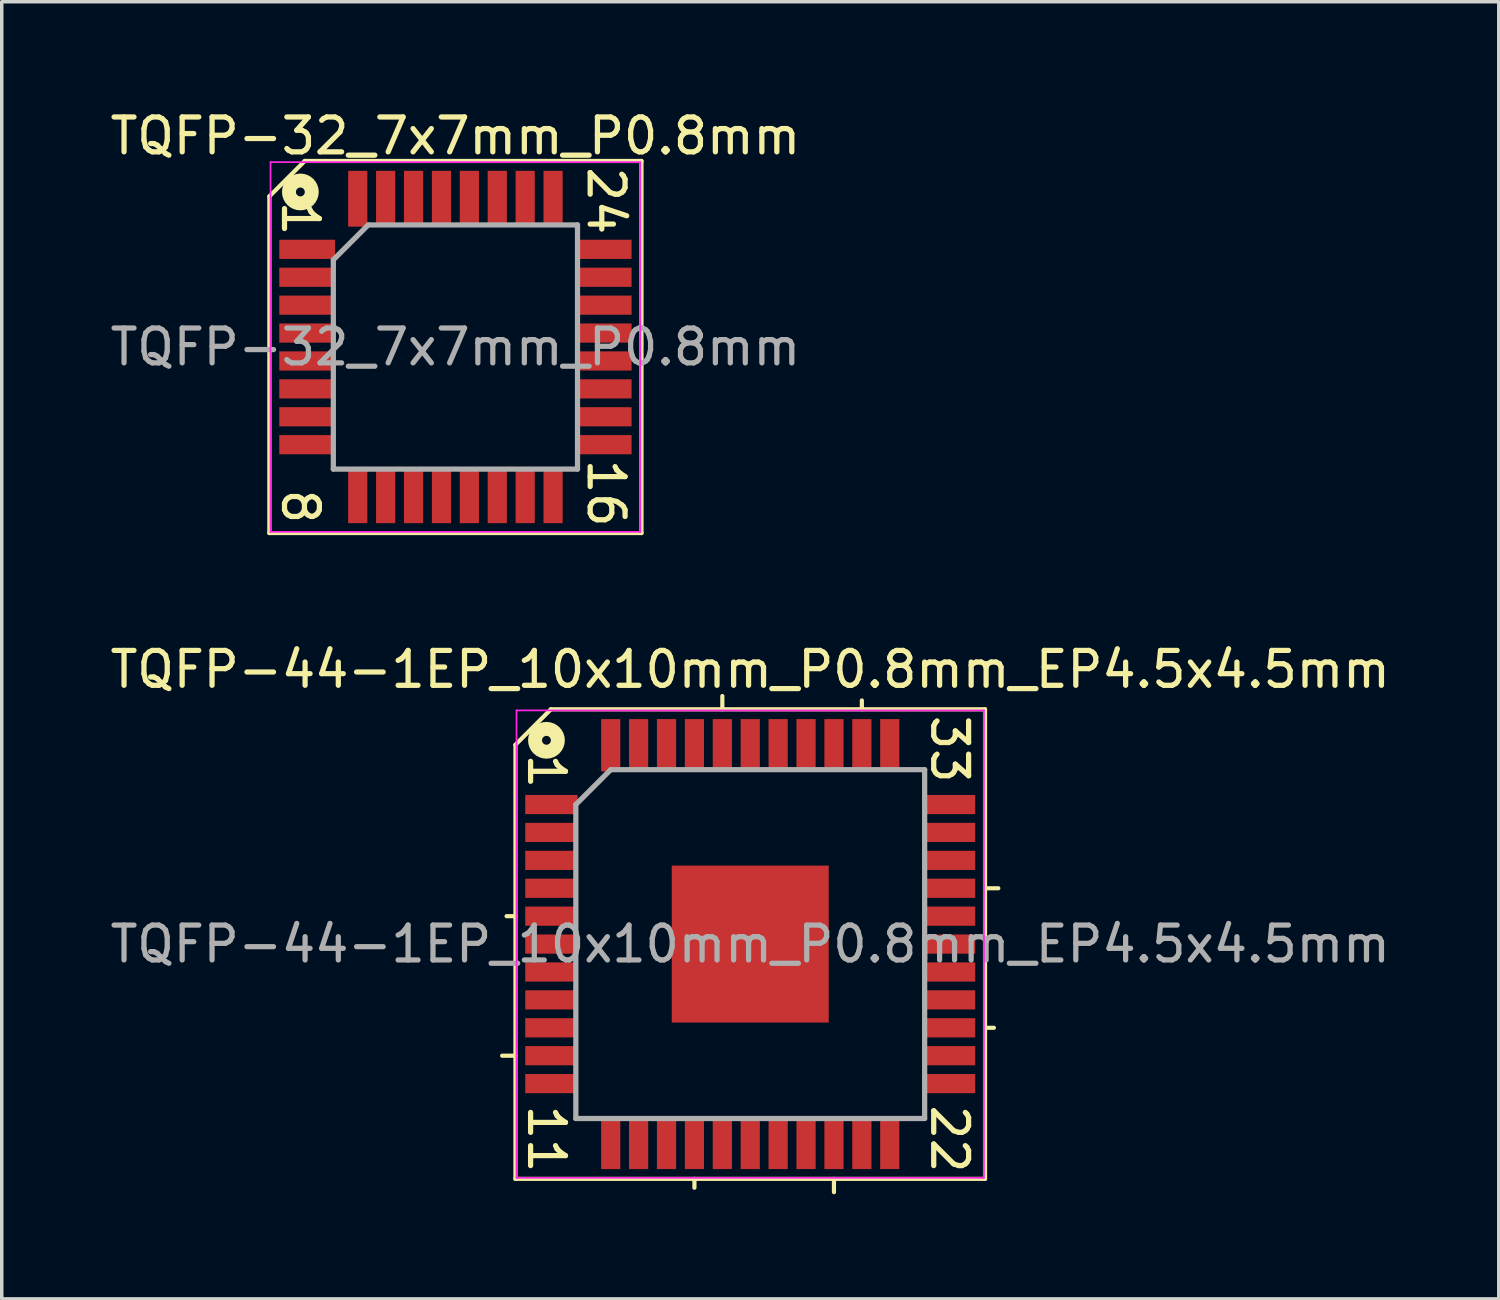
<source format=kicad_pcb>
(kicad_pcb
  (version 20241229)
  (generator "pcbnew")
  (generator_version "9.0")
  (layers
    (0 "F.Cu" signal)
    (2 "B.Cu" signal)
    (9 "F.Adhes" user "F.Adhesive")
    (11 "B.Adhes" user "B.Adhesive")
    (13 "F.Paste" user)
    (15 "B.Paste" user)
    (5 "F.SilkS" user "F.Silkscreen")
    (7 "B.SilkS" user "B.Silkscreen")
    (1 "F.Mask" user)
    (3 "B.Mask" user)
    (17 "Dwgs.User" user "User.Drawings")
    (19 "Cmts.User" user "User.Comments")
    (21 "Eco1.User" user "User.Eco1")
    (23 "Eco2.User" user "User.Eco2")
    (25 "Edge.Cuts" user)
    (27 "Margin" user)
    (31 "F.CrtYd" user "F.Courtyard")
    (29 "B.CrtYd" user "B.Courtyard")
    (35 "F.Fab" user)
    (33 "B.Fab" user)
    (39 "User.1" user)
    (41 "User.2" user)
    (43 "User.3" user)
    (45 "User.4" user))
  (footprint "TQFP-32_7x7mm_P0.8mm"
    (layer "F.Cu")
    (at 10.006 6.898)
    (property "Reference" "TQFP-32_7x7mm_P0.8mm" (at 0 -6.05 0) (layer "F.SilkS") (effects (font (size 1 1) (thickness 0.15))))
    (attr smd)
    (fp_line (start -5.334 -4.318) (end -5.334 5.334) (stroke (width 0.12) (type solid)) (layer "F.SilkS"))
    (fp_line (start -5.334 5.334) (end 5.334 5.334) (stroke (width 0.12) (type solid)) (layer "F.SilkS"))
    (fp_line (start -4.318 -5.334) (end -5.334 -4.318) (stroke (width 0.12) (type solid)) (layer "F.SilkS"))
    (fp_line (start 5.334 -5.334) (end -4.318 -5.334) (stroke (width 0.12) (type solid)) (layer "F.SilkS"))
    (fp_line (start 5.334 5.334) (end 5.334 -5.334) (stroke (width 0.12) (type solid)) (layer "F.SilkS"))
    (fp_circle (center -4.445 -4.445) (end -4.318 -4.445) (stroke (width 0.4) (type solid)) (fill no) (layer "F.SilkS"))
    (fp_line (start -5.3 -5.3) (end -5.3 5.3) (stroke (width 0.05) (type solid)) (layer "F.CrtYd"))
    (fp_line (start -5.3 -5.3) (end 5.3 -5.3) (stroke (width 0.05) (type solid)) (layer "F.CrtYd"))
    (fp_line (start -5.3 5.3) (end 5.3 5.3) (stroke (width 0.05) (type solid)) (layer "F.CrtYd"))
    (fp_line (start 5.3 -5.3) (end 5.3 5.3) (stroke (width 0.05) (type solid)) (layer "F.CrtYd"))
    (fp_line (start -3.5 -2.5) (end -2.5 -3.5) (stroke (width 0.15) (type solid)) (layer "F.Fab"))
    (fp_line (start -3.5 3.5) (end -3.5 -2.5) (stroke (width 0.15) (type solid)) (layer "F.Fab"))
    (fp_line (start -2.5 -3.5) (end 3.5 -3.5) (stroke (width 0.15) (type solid)) (layer "F.Fab"))
    (fp_line (start 3.5 -3.5) (end 3.5 3.5) (stroke (width 0.15) (type solid)) (layer "F.Fab"))
    (fp_line (start 3.5 3.5) (end -3.5 3.5) (stroke (width 0.15) (type solid)) (layer "F.Fab"))
    (fp_text user "1" (at -4.445 -3.683 270) (unlocked yes) (layer "F.SilkS") (effects (font (size 1 1) (thickness 0.15))))
    (fp_text user "24" (at 4.318 -4.191 270) (unlocked yes) (layer "F.SilkS") (effects (font (size 1 1) (thickness 0.15))))
    (fp_text user "16" (at 4.318 4.191 270) (unlocked yes) (layer "F.SilkS") (effects (font (size 1 1) (thickness 0.15))))
    (fp_text user "8" (at -4.445 4.572 270) (unlocked yes) (layer "F.SilkS") (effects (font (size 1 1) (thickness 0.15))))
    (fp_text user "${REFERENCE}" (at 0 0 0) (layer "F.Fab") (effects (font (size 1 1) (thickness 0.15))))
    (pad "1" smd rect (at -4.25 -2.8) (size 1.6 0.55) (layers "F.Cu" "F.Mask" "F.Paste"))
    (pad "2" smd rect (at -4.25 -2) (size 1.6 0.55) (layers "F.Cu" "F.Mask" "F.Paste"))
    (pad "3" smd rect (at -4.25 -1.2) (size 1.6 0.55) (layers "F.Cu" "F.Mask" "F.Paste"))
    (pad "4" smd rect (at -4.25 -0.4) (size 1.6 0.55) (layers "F.Cu" "F.Mask" "F.Paste"))
    (pad "5" smd rect (at -4.25 0.4) (size 1.6 0.55) (layers "F.Cu" "F.Mask" "F.Paste"))
    (pad "6" smd rect (at -4.25 1.2) (size 1.6 0.55) (layers "F.Cu" "F.Mask" "F.Paste"))
    (pad "7" smd rect (at -4.25 2) (size 1.6 0.55) (layers "F.Cu" "F.Mask" "F.Paste"))
    (pad "8" smd rect (at -4.25 2.8) (size 1.6 0.55) (layers "F.Cu" "F.Mask" "F.Paste"))
    (pad "9" smd rect (at -2.8 4.25 90) (size 1.6 0.55) (layers "F.Cu" "F.Mask" "F.Paste"))
    (pad "10" smd rect (at -2 4.25 90) (size 1.6 0.55) (layers "F.Cu" "F.Mask" "F.Paste"))
    (pad "11" smd rect (at -1.2 4.25 90) (size 1.6 0.55) (layers "F.Cu" "F.Mask" "F.Paste"))
    (pad "12" smd rect (at -0.4 4.25 90) (size 1.6 0.55) (layers "F.Cu" "F.Mask" "F.Paste"))
    (pad "13" smd rect (at 0.4 4.25 90) (size 1.6 0.55) (layers "F.Cu" "F.Mask" "F.Paste"))
    (pad "14" smd rect (at 1.2 4.25 90) (size 1.6 0.55) (layers "F.Cu" "F.Mask" "F.Paste"))
    (pad "15" smd rect (at 2 4.25 90) (size 1.6 0.55) (layers "F.Cu" "F.Mask" "F.Paste"))
    (pad "16" smd rect (at 2.8 4.25 90) (size 1.6 0.55) (layers "F.Cu" "F.Mask" "F.Paste"))
    (pad "17" smd rect (at 4.25 2.8) (size 1.6 0.55) (layers "F.Cu" "F.Mask" "F.Paste"))
    (pad "18" smd rect (at 4.25 2) (size 1.6 0.55) (layers "F.Cu" "F.Mask" "F.Paste"))
    (pad "19" smd rect (at 4.25 1.2) (size 1.6 0.55) (layers "F.Cu" "F.Mask" "F.Paste"))
    (pad "20" smd rect (at 4.25 0.4) (size 1.6 0.55) (layers "F.Cu" "F.Mask" "F.Paste"))
    (pad "21" smd rect (at 4.25 -0.4) (size 1.6 0.55) (layers "F.Cu" "F.Mask" "F.Paste"))
    (pad "22" smd rect (at 4.25 -1.2) (size 1.6 0.55) (layers "F.Cu" "F.Mask" "F.Paste"))
    (pad "23" smd rect (at 4.25 -2) (size 1.6 0.55) (layers "F.Cu" "F.Mask" "F.Paste"))
    (pad "24" smd rect (at 4.25 -2.8) (size 1.6 0.55) (layers "F.Cu" "F.Mask" "F.Paste"))
    (pad "25" smd rect (at 2.8 -4.25 90) (size 1.6 0.55) (layers "F.Cu" "F.Mask" "F.Paste"))
    (pad "26" smd rect (at 2 -4.25 90) (size 1.6 0.55) (layers "F.Cu" "F.Mask" "F.Paste"))
    (pad "27" smd rect (at 1.2 -4.25 90) (size 1.6 0.55) (layers "F.Cu" "F.Mask" "F.Paste"))
    (pad "28" smd rect (at 0.4 -4.25 90) (size 1.6 0.55) (layers "F.Cu" "F.Mask" "F.Paste"))
    (pad "29" smd rect (at -0.4 -4.25 90) (size 1.6 0.55) (layers "F.Cu" "F.Mask" "F.Paste"))
    (pad "30" smd rect (at -1.2 -4.25 90) (size 1.6 0.55) (layers "F.Cu" "F.Mask" "F.Paste"))
    (pad "31" smd rect (at -2 -4.25 90) (size 1.6 0.55) (layers "F.Cu" "F.Mask" "F.Paste"))
    (pad "32" smd rect (at -2.8 -4.25 90) (size 1.6 0.55) (layers "F.Cu" "F.Mask" "F.Paste")))
  (footprint "TQFP-44-1EP_10x10mm_P0.8mm_EP4.5x4.5mm"
    (layer "F.Cu")
    (at 18.458 24.015)
    (property "Reference" "TQFP-44-1EP_10x10mm_P0.8mm_EP4.5x4.5mm" (at 0 -7.874 0) (layer "F.SilkS") (effects (font (size 1 1) (thickness 0.15))))
    (attr smd)
    (fp_line (start -6.731 -5.715) (end -6.731 6.731) (stroke (width 0.12) (type solid)) (layer "F.SilkS"))
    (fp_line (start -6.731 -0.8) (end -6.985 -0.8) (stroke (width 0.12) (type solid)) (layer "F.SilkS"))
    (fp_line (start -6.731 3.2) (end -7.112 3.2) (stroke (width 0.12) (type solid)) (layer "F.SilkS"))
    (fp_line (start -6.731 6.731) (end 6.731 6.731) (stroke (width 0.12) (type solid)) (layer "F.SilkS"))
    (fp_line (start -5.715 -6.731) (end -6.731 -5.715) (stroke (width 0.12) (type solid)) (layer "F.SilkS"))
    (fp_line (start -1.6 6.731) (end -1.6 6.985) (stroke (width 0.12) (type solid)) (layer "F.SilkS"))
    (fp_line (start -0.8 -6.731) (end -0.8 -7.112) (stroke (width 0.12) (type solid)) (layer "F.SilkS"))
    (fp_line (start 2.4 6.731) (end 2.4 7.112) (stroke (width 0.12) (type solid)) (layer "F.SilkS"))
    (fp_line (start 3.2 -6.731) (end 3.2 -6.985) (stroke (width 0.12) (type solid)) (layer "F.SilkS"))
    (fp_line (start 6.731 -6.731) (end -5.715 -6.731) (stroke (width 0.12) (type solid)) (layer "F.SilkS"))
    (fp_line (start 6.731 -1.6) (end 7.112 -1.6) (stroke (width 0.12) (type solid)) (layer "F.SilkS"))
    (fp_line (start 6.731 2.4) (end 6.985 2.4) (stroke (width 0.12) (type solid)) (layer "F.SilkS"))
    (fp_line (start 6.731 6.731) (end 6.731 -6.731) (stroke (width 0.12) (type solid)) (layer "F.SilkS"))
    (fp_circle (center -5.842 -5.842) (end -5.715 -5.842) (stroke (width 0.4) (type solid)) (fill no) (layer "F.SilkS"))
    (fp_line (start -6.7 -6.7) (end -6.7 6.7) (stroke (width 0.05) (type solid)) (layer "F.CrtYd"))
    (fp_line (start -6.7 -6.7) (end 6.7 -6.7) (stroke (width 0.05) (type solid)) (layer "F.CrtYd"))
    (fp_line (start -6.7 6.7) (end 6.7 6.7) (stroke (width 0.05) (type solid)) (layer "F.CrtYd"))
    (fp_line (start 6.7 -6.7) (end 6.7 6.7) (stroke (width 0.05) (type solid)) (layer "F.CrtYd"))
    (fp_line (start -5 -4) (end -4 -5) (stroke (width 0.15) (type solid)) (layer "F.Fab"))
    (fp_line (start -5 5) (end -5 -4) (stroke (width 0.15) (type solid)) (layer "F.Fab"))
    (fp_line (start -4 -5) (end 5 -5) (stroke (width 0.15) (type solid)) (layer "F.Fab"))
    (fp_line (start 5 -5) (end 5 5) (stroke (width 0.15) (type solid)) (layer "F.Fab"))
    (fp_line (start 5 5) (end -5 5) (stroke (width 0.15) (type solid)) (layer "F.Fab"))
    (fp_text user "33" (at 5.715 -5.588 270) (unlocked yes) (layer "F.SilkS") (effects (font (size 1 1) (thickness 0.15))))
    (fp_text user "1" (at -5.842 -4.953 270) (unlocked yes) (layer "F.SilkS") (effects (font (size 1 1) (thickness 0.15))))
    (fp_text user "22" (at 5.715 5.588 270) (unlocked yes) (layer "F.SilkS") (effects (font (size 1 1) (thickness 0.15))))
    (fp_text user "11" (at -5.842 5.588 270) (unlocked yes) (layer "F.SilkS") (effects (font (size 1 1) (thickness 0.15))))
    (fp_text user "${REFERENCE}" (at 0 0 0) (layer "F.Fab") (effects (font (size 1 1) (thickness 0.15))))
    (pad "" smd rect (at -1.5 -1.5) (size 1.16 1.16) (layers "F.Paste"))
    (pad "" smd rect (at -1.5 0) (size 1.16 1.16) (layers "F.Paste"))
    (pad "" smd rect (at -1.5 1.5) (size 1.16 1.16) (layers "F.Paste"))
    (pad "" smd rect (at 0 -1.5) (size 1.16 1.16) (layers "F.Paste"))
    (pad "" smd rect (at 0 0) (size 1.16 1.16) (layers "F.Paste"))
    (pad "" smd rect (at 0 1.5) (size 1.16 1.16) (layers "F.Paste"))
    (pad "" smd rect (at 1.5 -1.5) (size 1.16 1.16) (layers "F.Paste"))
    (pad "" smd rect (at 1.5 0) (size 1.16 1.16) (layers "F.Paste"))
    (pad "" smd rect (at 1.5 1.5) (size 1.16 1.16) (layers "F.Paste"))
    (pad "1" smd rect (at -5.7 -4) (size 1.5 0.55) (layers "F.Cu" "F.Mask" "F.Paste"))
    (pad "2" smd rect (at -5.7 -3.2) (size 1.5 0.55) (layers "F.Cu" "F.Mask" "F.Paste"))
    (pad "3" smd rect (at -5.7 -2.4) (size 1.5 0.55) (layers "F.Cu" "F.Mask" "F.Paste"))
    (pad "4" smd rect (at -5.7 -1.6) (size 1.5 0.55) (layers "F.Cu" "F.Mask" "F.Paste"))
    (pad "5" smd rect (at -5.7 -0.8) (size 1.5 0.55) (layers "F.Cu" "F.Mask" "F.Paste"))
    (pad "6" smd rect (at -5.7 0) (size 1.5 0.55) (layers "F.Cu" "F.Mask" "F.Paste"))
    (pad "7" smd rect (at -5.7 0.8) (size 1.5 0.55) (layers "F.Cu" "F.Mask" "F.Paste"))
    (pad "8" smd rect (at -5.7 1.6) (size 1.5 0.55) (layers "F.Cu" "F.Mask" "F.Paste"))
    (pad "9" smd rect (at -5.7 2.4) (size 1.5 0.55) (layers "F.Cu" "F.Mask" "F.Paste"))
    (pad "10" smd rect (at -5.7 3.2) (size 1.5 0.55) (layers "F.Cu" "F.Mask" "F.Paste"))
    (pad "11" smd rect (at -5.7 4) (size 1.5 0.55) (layers "F.Cu" "F.Mask" "F.Paste"))
    (pad "12" smd rect (at -4 5.7 90) (size 1.5 0.55) (layers "F.Cu" "F.Mask" "F.Paste"))
    (pad "13" smd rect (at -3.2 5.7 90) (size 1.5 0.55) (layers "F.Cu" "F.Mask" "F.Paste"))
    (pad "14" smd rect (at -2.4 5.7 90) (size 1.5 0.55) (layers "F.Cu" "F.Mask" "F.Paste"))
    (pad "15" smd rect (at -1.6 5.7 90) (size 1.5 0.55) (layers "F.Cu" "F.Mask" "F.Paste"))
    (pad "16" smd rect (at -0.8 5.7 90) (size 1.5 0.55) (layers "F.Cu" "F.Mask" "F.Paste"))
    (pad "17" smd rect (at 0 5.7 90) (size 1.5 0.55) (layers "F.Cu" "F.Mask" "F.Paste"))
    (pad "18" smd rect (at 0.8 5.7 90) (size 1.5 0.55) (layers "F.Cu" "F.Mask" "F.Paste"))
    (pad "19" smd rect (at 1.6 5.7 90) (size 1.5 0.55) (layers "F.Cu" "F.Mask" "F.Paste"))
    (pad "20" smd rect (at 2.4 5.7 90) (size 1.5 0.55) (layers "F.Cu" "F.Mask" "F.Paste"))
    (pad "21" smd rect (at 3.2 5.7 90) (size 1.5 0.55) (layers "F.Cu" "F.Mask" "F.Paste"))
    (pad "22" smd rect (at 4 5.7 90) (size 1.5 0.55) (layers "F.Cu" "F.Mask" "F.Paste"))
    (pad "23" smd rect (at 5.7 4) (size 1.5 0.55) (layers "F.Cu" "F.Mask" "F.Paste"))
    (pad "24" smd rect (at 5.7 3.2) (size 1.5 0.55) (layers "F.Cu" "F.Mask" "F.Paste"))
    (pad "25" smd rect (at 5.7 2.4) (size 1.5 0.55) (layers "F.Cu" "F.Mask" "F.Paste"))
    (pad "26" smd rect (at 5.7 1.6) (size 1.5 0.55) (layers "F.Cu" "F.Mask" "F.Paste"))
    (pad "27" smd rect (at 5.7 0.8) (size 1.5 0.55) (layers "F.Cu" "F.Mask" "F.Paste"))
    (pad "28" smd rect (at 5.7 0) (size 1.5 0.55) (layers "F.Cu" "F.Mask" "F.Paste"))
    (pad "29" smd rect (at 5.7 -0.8) (size 1.5 0.55) (layers "F.Cu" "F.Mask" "F.Paste"))
    (pad "30" smd rect (at 5.7 -1.6) (size 1.5 0.55) (layers "F.Cu" "F.Mask" "F.Paste"))
    (pad "31" smd rect (at 5.7 -2.4) (size 1.5 0.55) (layers "F.Cu" "F.Mask" "F.Paste"))
    (pad "32" smd rect (at 5.7 -3.2) (size 1.5 0.55) (layers "F.Cu" "F.Mask" "F.Paste"))
    (pad "33" smd rect (at 5.7 -4) (size 1.5 0.55) (layers "F.Cu" "F.Mask" "F.Paste"))
    (pad "34" smd rect (at 4 -5.7 90) (size 1.5 0.55) (layers "F.Cu" "F.Mask" "F.Paste"))
    (pad "35" smd rect (at 3.2 -5.7 90) (size 1.5 0.55) (layers "F.Cu" "F.Mask" "F.Paste"))
    (pad "36" smd rect (at 2.4 -5.7 90) (size 1.5 0.55) (layers "F.Cu" "F.Mask" "F.Paste"))
    (pad "37" smd rect (at 1.6 -5.7 90) (size 1.5 0.55) (layers "F.Cu" "F.Mask" "F.Paste"))
    (pad "38" smd rect (at 0.8 -5.7 90) (size 1.5 0.55) (layers "F.Cu" "F.Mask" "F.Paste"))
    (pad "39" smd rect (at 0 -5.7 90) (size 1.5 0.55) (layers "F.Cu" "F.Mask" "F.Paste"))
    (pad "40" smd rect (at -0.8 -5.7 90) (size 1.5 0.55) (layers "F.Cu" "F.Mask" "F.Paste"))
    (pad "41" smd rect (at -1.6 -5.7 90) (size 1.5 0.55) (layers "F.Cu" "F.Mask" "F.Paste"))
    (pad "42" smd rect (at -2.4 -5.7 90) (size 1.5 0.55) (layers "F.Cu" "F.Mask" "F.Paste"))
    (pad "43" smd rect (at -3.2 -5.7 90) (size 1.5 0.55) (layers "F.Cu" "F.Mask" "F.Paste"))
    (pad "44" smd rect (at -4 -5.7 90) (size 1.5 0.55) (layers "F.Cu" "F.Mask" "F.Paste"))
    (pad "45" smd rect (at 0 0) (size 4.5 4.5) (layers "F.Cu" "F.Mask")))
  (gr_rect
    (start -3 -3)
    (end 39.917 34.187)
    (stroke (width 0.1) (type default))
    (fill no)
    (layer "Edge.Cuts")))
</source>
